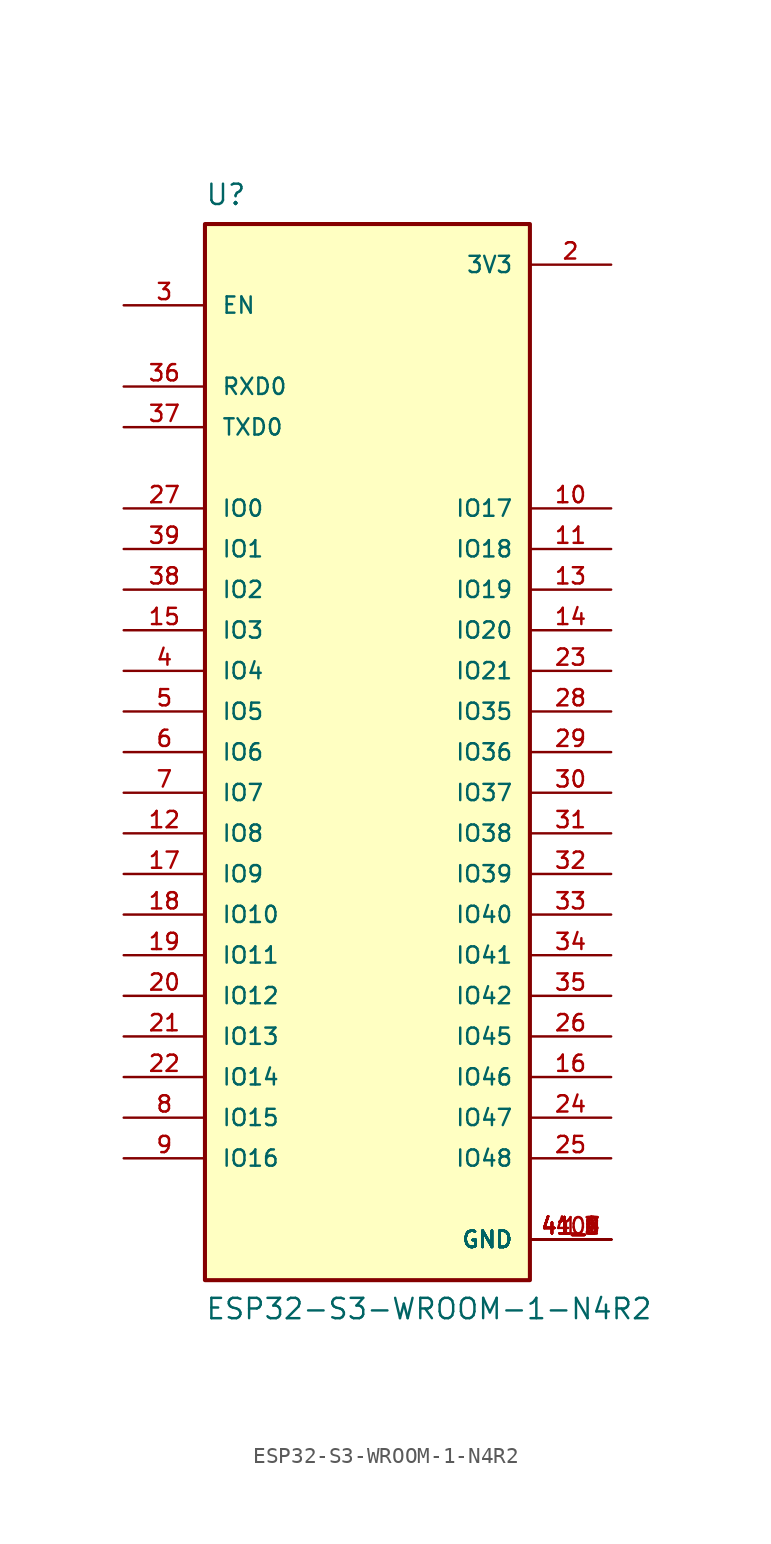
<source format=kicad_sym>
(kicad_symbol_lib
  (version 20241209)
  (generator "kicad_symbol_editor")
  (generator_version "9.0")
  (symbol "ESP32-S3-WROOM-1-N4R2"
    (pin_names
      (offset 1.016))
    (property "Reference" "U"
      (at -10.16 34.112 0)
      (effects (font (size 1.27 1.27)) (justify left bottom)))
    (property "Value" "ESP32-S3-WROOM-1-N4R2"
      (at -10.16 -35.56 0)
      (effects (font (size 1.27 1.27)) (justify left bottom)))
    (symbol "ESP32-S3-WROOM-1-N4R2_0_0"
      (rectangle (start -10.16 -33.02) (end 10.16 33.02) (stroke (width 0.254) (type default)) (fill (type background)))
      (pin input line (at -15.24 27.94 0) (length 5.08) (name "EN" (effects (font (size 1.016 1.016)))) (number "3" (effects (font (size 1.016 1.016)))))
      (pin bidirectional line (at -15.24 22.86 0) (length 5.08) (name "RXD0" (effects (font (size 1.016 1.016)))) (number "36" (effects (font (size 1.016 1.016)))))
      (pin bidirectional line (at -15.24 20.32 0) (length 5.08) (name "TXD0" (effects (font (size 1.016 1.016)))) (number "37" (effects (font (size 1.016 1.016)))))
      (pin bidirectional line (at -15.24 15.24 0) (length 5.08) (name "IO0" (effects (font (size 1.016 1.016)))) (number "27" (effects (font (size 1.016 1.016)))))
      (pin bidirectional line (at -15.24 12.7 0) (length 5.08) (name "IO1" (effects (font (size 1.016 1.016)))) (number "39" (effects (font (size 1.016 1.016)))))
      (pin bidirectional line (at -15.24 10.16 0) (length 5.08) (name "IO2" (effects (font (size 1.016 1.016)))) (number "38" (effects (font (size 1.016 1.016)))))
      (pin bidirectional line (at -15.24 7.62 0) (length 5.08) (name "IO3" (effects (font (size 1.016 1.016)))) (number "15" (effects (font (size 1.016 1.016)))))
      (pin bidirectional line (at -15.24 5.08 0) (length 5.08) (name "IO4" (effects (font (size 1.016 1.016)))) (number "4" (effects (font (size 1.016 1.016)))))
      (pin bidirectional line (at -15.24 2.54 0) (length 5.08) (name "IO5" (effects (font (size 1.016 1.016)))) (number "5" (effects (font (size 1.016 1.016)))))
      (pin bidirectional line (at -15.24 0 0) (length 5.08) (name "IO6" (effects (font (size 1.016 1.016)))) (number "6" (effects (font (size 1.016 1.016)))))
      (pin bidirectional line (at -15.24 -2.54 0) (length 5.08) (name "IO7" (effects (font (size 1.016 1.016)))) (number "7" (effects (font (size 1.016 1.016)))))
      (pin bidirectional line (at -15.24 -5.08 0) (length 5.08) (name "IO8" (effects (font (size 1.016 1.016)))) (number "12" (effects (font (size 1.016 1.016)))))
      (pin bidirectional line (at -15.24 -7.62 0) (length 5.08) (name "IO9" (effects (font (size 1.016 1.016)))) (number "17" (effects (font (size 1.016 1.016)))))
      (pin bidirectional line (at -15.24 -10.16 0) (length 5.08) (name "IO10" (effects (font (size 1.016 1.016)))) (number "18" (effects (font (size 1.016 1.016)))))
      (pin bidirectional line (at -15.24 -12.7 0) (length 5.08) (name "IO11" (effects (font (size 1.016 1.016)))) (number "19" (effects (font (size 1.016 1.016)))))
      (pin bidirectional line (at -15.24 -15.24 0) (length 5.08) (name "IO12" (effects (font (size 1.016 1.016)))) (number "20" (effects (font (size 1.016 1.016)))))
      (pin bidirectional line (at -15.24 -17.78 0) (length 5.08) (name "IO13" (effects (font (size 1.016 1.016)))) (number "21" (effects (font (size 1.016 1.016)))))
      (pin bidirectional line (at -15.24 -20.32 0) (length 5.08) (name "IO14" (effects (font (size 1.016 1.016)))) (number "22" (effects (font (size 1.016 1.016)))))
      (pin bidirectional line (at -15.24 -22.86 0) (length 5.08) (name "IO15" (effects (font (size 1.016 1.016)))) (number "8" (effects (font (size 1.016 1.016)))))
      (pin bidirectional line (at -15.24 -25.4 0) (length 5.08) (name "IO16" (effects (font (size 1.016 1.016)))) (number "9" (effects (font (size 1.016 1.016)))))
      (pin power_in line (at 15.24 30.48 180) (length 5.08) (name "3V3" (effects (font (size 1.016 1.016)))) (number "2" (effects (font (size 1.016 1.016)))))
      (pin bidirectional line (at 15.24 15.24 180) (length 5.08) (name "IO17" (effects (font (size 1.016 1.016)))) (number "10" (effects (font (size 1.016 1.016)))))
      (pin bidirectional line (at 15.24 12.7 180) (length 5.08) (name "IO18" (effects (font (size 1.016 1.016)))) (number "11" (effects (font (size 1.016 1.016)))))
      (pin bidirectional line (at 15.24 10.16 180) (length 5.08) (name "IO19" (effects (font (size 1.016 1.016)))) (number "13" (effects (font (size 1.016 1.016)))))
      (pin bidirectional line (at 15.24 7.62 180) (length 5.08) (name "IO20" (effects (font (size 1.016 1.016)))) (number "14" (effects (font (size 1.016 1.016)))))
      (pin bidirectional line (at 15.24 5.08 180) (length 5.08) (name "IO21" (effects (font (size 1.016 1.016)))) (number "23" (effects (font (size 1.016 1.016)))))
      (pin bidirectional line (at 15.24 2.54 180) (length 5.08) (name "IO35" (effects (font (size 1.016 1.016)))) (number "28" (effects (font (size 1.016 1.016)))))
      (pin bidirectional line (at 15.24 0 180) (length 5.08) (name "IO36" (effects (font (size 1.016 1.016)))) (number "29" (effects (font (size 1.016 1.016)))))
      (pin bidirectional line (at 15.24 -2.54 180) (length 5.08) (name "IO37" (effects (font (size 1.016 1.016)))) (number "30" (effects (font (size 1.016 1.016)))))
      (pin bidirectional line (at 15.24 -5.08 180) (length 5.08) (name "IO38" (effects (font (size 1.016 1.016)))) (number "31" (effects (font (size 1.016 1.016)))))
      (pin bidirectional line (at 15.24 -7.62 180) (length 5.08) (name "IO39" (effects (font (size 1.016 1.016)))) (number "32" (effects (font (size 1.016 1.016)))))
      (pin bidirectional line (at 15.24 -10.16 180) (length 5.08) (name "IO40" (effects (font (size 1.016 1.016)))) (number "33" (effects (font (size 1.016 1.016)))))
      (pin bidirectional line (at 15.24 -12.7 180) (length 5.08) (name "IO41" (effects (font (size 1.016 1.016)))) (number "34" (effects (font (size 1.016 1.016)))))
      (pin bidirectional line (at 15.24 -15.24 180) (length 5.08) (name "IO42" (effects (font (size 1.016 1.016)))) (number "35" (effects (font (size 1.016 1.016)))))
      (pin bidirectional line (at 15.24 -17.78 180) (length 5.08) (name "IO45" (effects (font (size 1.016 1.016)))) (number "26" (effects (font (size 1.016 1.016)))))
      (pin bidirectional line (at 15.24 -20.32 180) (length 5.08) (name "IO46" (effects (font (size 1.016 1.016)))) (number "16" (effects (font (size 1.016 1.016)))))
      (pin bidirectional line (at 15.24 -22.86 180) (length 5.08) (name "IO47" (effects (font (size 1.016 1.016)))) (number "24" (effects (font (size 1.016 1.016)))))
      (pin bidirectional line (at 15.24 -25.4 180) (length 5.08) (name "IO48" (effects (font (size 1.016 1.016)))) (number "25" (effects (font (size 1.016 1.016)))))
      (pin power_in line (at 15.24 -30.48 180) (length 5.08) (name "GND" (effects (font (size 1.016 1.016)))) (number "1" (effects (font (size 1.016 1.016)))))
      (pin power_in line (at 15.24 -30.48 180) (length 5.08) (name "GND" (effects (font (size 1.016 1.016)))) (number "40" (effects (font (size 1.016 1.016)))))
      (pin power_in line (at 15.24 -30.48 180) (length 5.08) (name "GND" (effects (font (size 1.016 1.016)))) (number "41_1" (effects (font (size 1.016 1.016)))))
      (pin power_in line (at 15.24 -30.48 180) (length 5.08) (name "GND" (effects (font (size 1.016 1.016)))) (number "41_2" (effects (font (size 1.016 1.016)))))
      (pin power_in line (at 15.24 -30.48 180) (length 5.08) (name "GND" (effects (font (size 1.016 1.016)))) (number "41_3" (effects (font (size 1.016 1.016)))))
      (pin power_in line (at 15.24 -30.48 180) (length 5.08) (name "GND" (effects (font (size 1.016 1.016)))) (number "41_4" (effects (font (size 1.016 1.016)))))
      (pin power_in line (at 15.24 -30.48 180) (length 5.08) (name "GND" (effects (font (size 1.016 1.016)))) (number "41_5" (effects (font (size 1.016 1.016)))))
      (pin power_in line (at 15.24 -30.48 180) (length 5.08) (name "GND" (effects (font (size 1.016 1.016)))) (number "41_6" (effects (font (size 1.016 1.016)))))
      (pin power_in line (at 15.24 -30.48 180) (length 5.08) (name "GND" (effects (font (size 1.016 1.016)))) (number "41_7" (effects (font (size 1.016 1.016)))))
      (pin power_in line (at 15.24 -30.48 180) (length 5.08) (name "GND" (effects (font (size 1.016 1.016)))) (number "41_8" (effects (font (size 1.016 1.016)))))
      (pin power_in line (at 15.24 -30.48 180) (length 5.08) (name "GND" (effects (font (size 1.016 1.016)))) (number "41_9" (effects (font (size 1.016 1.016))))))))
</source>
